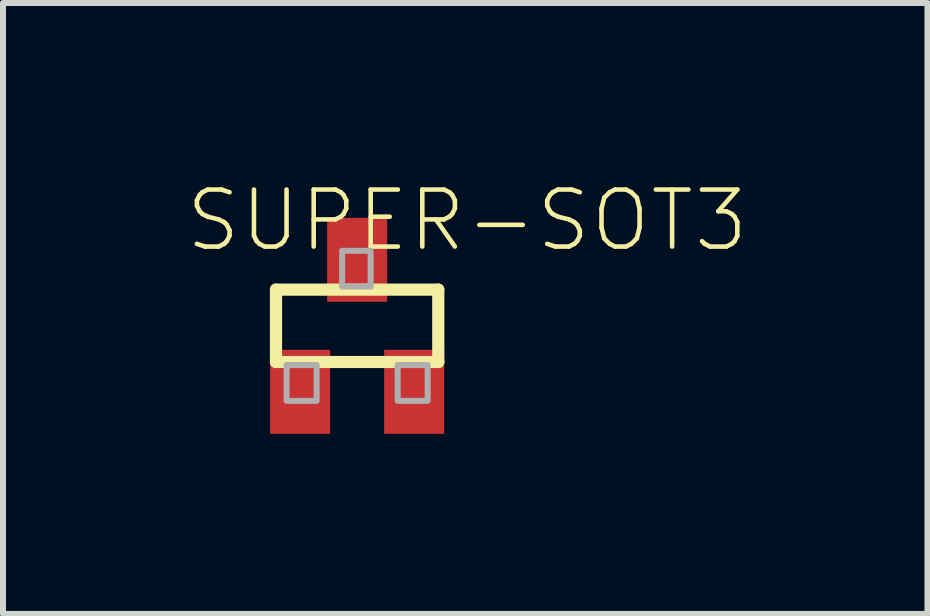
<source format=kicad_pcb>
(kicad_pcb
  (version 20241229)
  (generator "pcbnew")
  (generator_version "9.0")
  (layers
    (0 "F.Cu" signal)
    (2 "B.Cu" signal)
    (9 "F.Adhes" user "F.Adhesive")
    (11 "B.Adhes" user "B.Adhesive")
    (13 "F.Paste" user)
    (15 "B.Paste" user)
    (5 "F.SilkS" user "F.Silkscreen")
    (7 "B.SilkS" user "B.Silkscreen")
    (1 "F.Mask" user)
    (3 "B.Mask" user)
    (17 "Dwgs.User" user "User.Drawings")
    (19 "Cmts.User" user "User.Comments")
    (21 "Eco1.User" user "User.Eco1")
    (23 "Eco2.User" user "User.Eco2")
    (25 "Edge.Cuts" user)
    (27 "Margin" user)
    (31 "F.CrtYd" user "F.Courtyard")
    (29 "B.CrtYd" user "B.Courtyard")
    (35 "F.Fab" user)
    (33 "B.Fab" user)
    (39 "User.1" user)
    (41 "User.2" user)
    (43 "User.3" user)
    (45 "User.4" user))
  (footprint "SUPER-SOT3"
    (layer "F.Cu")
    (at 2.9 2.378)
    (property "Reference" "SUPER-SOT3" (at -2.9 -1.2 180) (layer "F.SilkS") (effects (font (size 0.95 0.95) (thickness 0.076)) (justify left bottom)))
    (attr through_hole)
    (fp_line (start -1.352 -0.603) (end 1.352 -0.603) (stroke (width 0.203) (type solid)) (layer "F.SilkS"))
    (fp_line (start -1.352 0.603) (end -1.352 -0.603) (stroke (width 0.203) (type solid)) (layer "F.SilkS"))
    (fp_line (start 1.352 -0.603) (end 1.352 0.603) (stroke (width 0.203) (type solid)) (layer "F.SilkS"))
    (fp_line (start 1.352 0.603) (end -1.352 0.603) (stroke (width 0.203) (type solid)) (layer "F.SilkS"))
    (fp_poly (pts (xy -1.175 1.25) (xy -0.675 1.25) (xy -0.675 0.653) (xy -1.175 0.653)) (stroke (width 0.1) (type solid)) (fill no) (layer "F.Fab"))
    (fp_poly (pts (xy 0.225 -1.25) (xy -0.25 -1.25) (xy -0.25 -0.653) (xy 0.225 -0.653)) (stroke (width 0.1) (type solid)) (fill no) (layer "F.Fab"))
    (fp_poly (pts (xy 0.675 1.25) (xy 1.175 1.25) (xy 1.175 0.653) (xy 0.675 0.653)) (stroke (width 0.1) (type solid)) (fill no) (layer "F.Fab"))
    (pad "1" smd rect (at -0.95 1.1) (size 1 1.4) (layers "F.Cu" "F.Mask" "F.Paste"))
    (pad "2" smd rect (at 0.95 1.1) (size 1 1.4) (layers "F.Cu" "F.Mask" "F.Paste"))
    (pad "3" smd rect (at 0 -1.1) (size 1 1.4) (layers "F.Cu" "F.Mask" "F.Paste")))
  (gr_rect
    (start -3 -3)
    (end 12.402 7.178)
    (stroke (width 0.1) (type default))
    (fill no)
    (layer "Edge.Cuts")))
</source>
